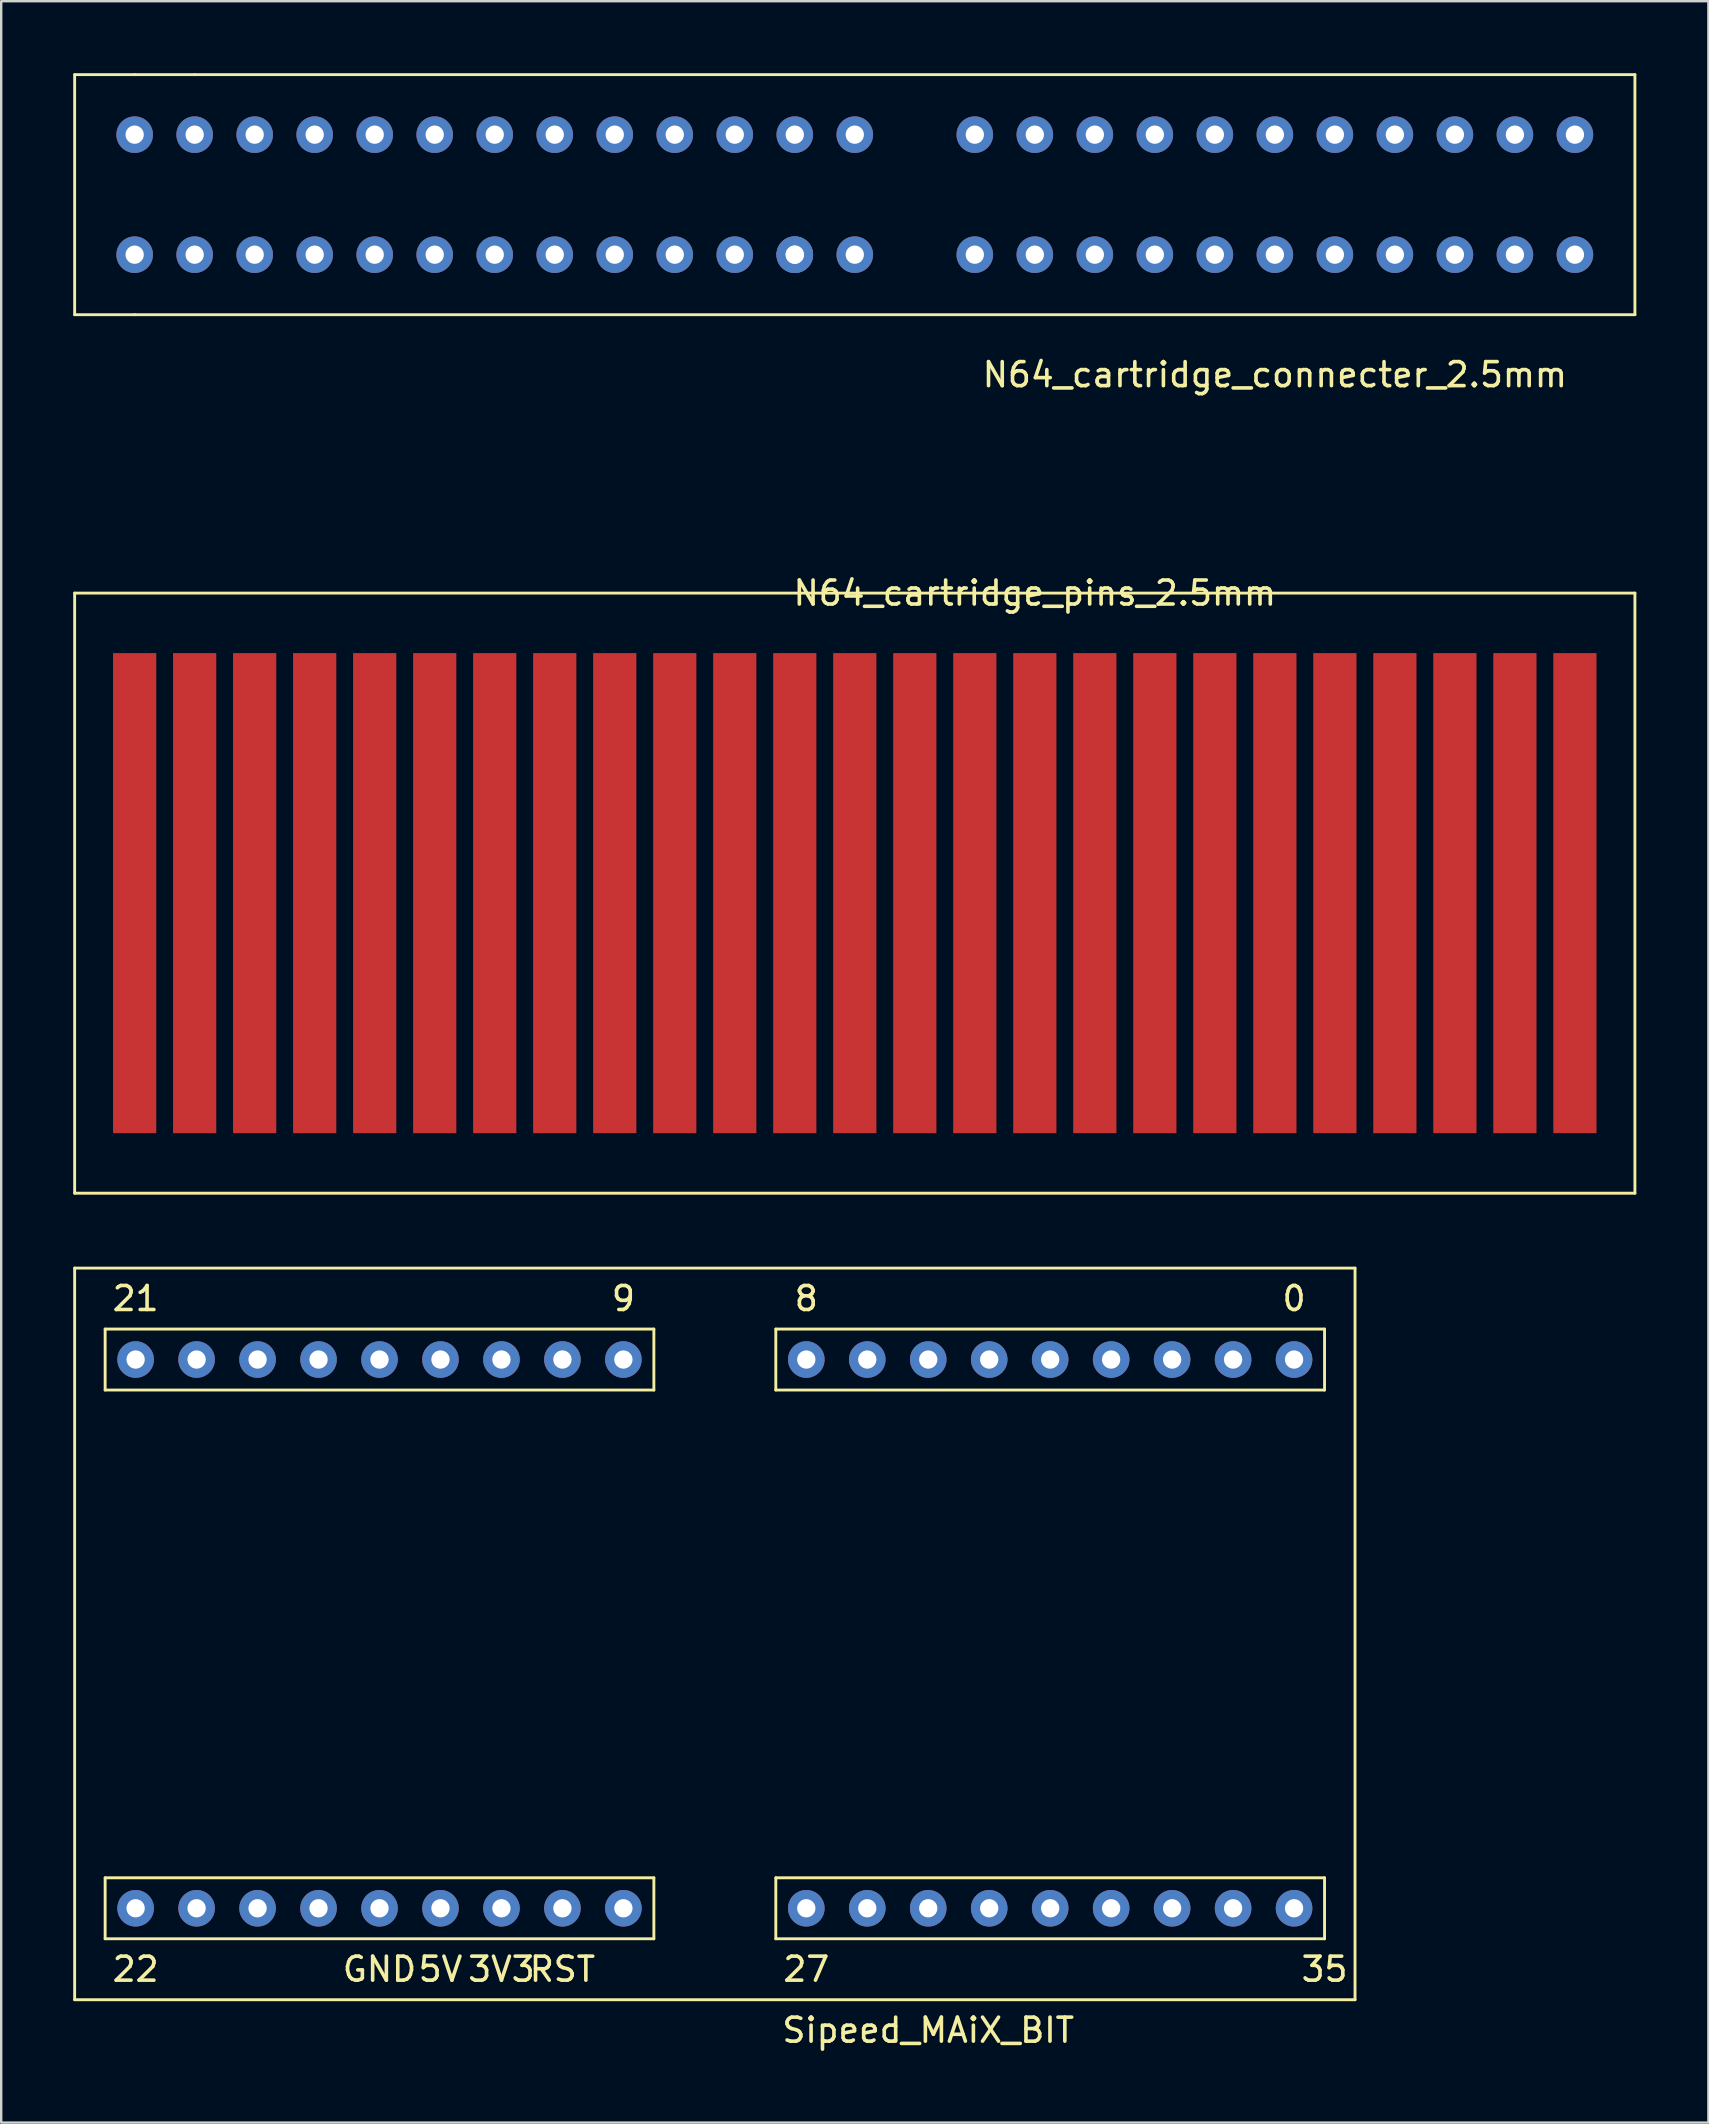
<source format=kicad_pcb>
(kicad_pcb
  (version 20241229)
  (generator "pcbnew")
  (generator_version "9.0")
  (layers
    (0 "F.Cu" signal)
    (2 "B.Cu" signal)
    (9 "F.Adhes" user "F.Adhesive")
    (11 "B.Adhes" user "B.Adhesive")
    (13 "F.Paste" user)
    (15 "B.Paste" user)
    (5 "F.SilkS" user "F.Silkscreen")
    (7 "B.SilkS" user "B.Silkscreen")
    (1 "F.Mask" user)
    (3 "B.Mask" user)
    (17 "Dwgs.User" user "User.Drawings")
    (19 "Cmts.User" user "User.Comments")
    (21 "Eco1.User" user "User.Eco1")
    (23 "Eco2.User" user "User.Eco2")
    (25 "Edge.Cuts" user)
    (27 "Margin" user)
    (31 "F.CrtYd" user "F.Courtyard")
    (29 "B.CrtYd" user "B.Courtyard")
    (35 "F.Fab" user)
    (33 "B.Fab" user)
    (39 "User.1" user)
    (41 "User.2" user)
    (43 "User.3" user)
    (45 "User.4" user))
  (footprint "N64_cartridge_connecter_2.5mm"
    (layer "F.Cu")
    (at 35.06 5.06)
    (property "Reference" "N64_cartridge_connecter_2.5mm" (at 15 7.5 0) (layer "F.SilkS") (effects (font (size 1 1) (thickness 0.15))))
    (attr through_hole)
    (fp_line (start -35 -5) (end -35 5) (stroke (width 0.12) (type solid)) (layer "F.SilkS"))
    (fp_line (start -35 -5) (end -32.5 -5) (stroke (width 0.12) (type solid)) (layer "F.SilkS"))
    (fp_line (start -35 5) (end -32.5 5) (stroke (width 0.12) (type solid)) (layer "F.SilkS"))
    (fp_line (start -32.5 5) (end 30 5) (stroke (width 0.12) (type solid)) (layer "F.SilkS"))
    (fp_line (start -30 -5) (end -32.5 -5) (stroke (width 0.12) (type solid)) (layer "F.SilkS"))
    (fp_line (start 30 -5) (end -30 -5) (stroke (width 0.12) (type solid)) (layer "F.SilkS"))
    (fp_line (start 30 5) (end 30 -5) (stroke (width 0.12) (type solid)) (layer "F.SilkS"))
    (pad "1" thru_hole circle (at -30 2.5) (size 1.524 1.524) (drill 0.762) (layers "*.Cu" "*.Mask"))
    (pad "2" thru_hole circle (at -27.5 2.5) (size 1.524 1.524) (drill 0.762) (layers "*.Cu" "*.Mask"))
    (pad "3" thru_hole circle (at -25 2.5) (size 1.524 1.524) (drill 0.762) (layers "*.Cu" "*.Mask"))
    (pad "4" thru_hole circle (at -22.5 2.5) (size 1.524 1.524) (drill 0.762) (layers "*.Cu" "*.Mask"))
    (pad "5" thru_hole circle (at -20 2.5) (size 1.524 1.524) (drill 0.762) (layers "*.Cu" "*.Mask"))
    (pad "6" thru_hole circle (at -17.5 2.5) (size 1.524 1.524) (drill 0.762) (layers "*.Cu" "*.Mask"))
    (pad "7" thru_hole circle (at -15 2.5) (size 1.524 1.524) (drill 0.762) (layers "*.Cu" "*.Mask"))
    (pad "8" thru_hole circle (at -12.5 2.5) (size 1.524 1.524) (drill 0.762) (layers "*.Cu" "*.Mask"))
    (pad "9" thru_hole circle (at -10 2.5) (size 1.524 1.524) (drill 0.762) (layers "*.Cu" "*.Mask"))
    (pad "10" thru_hole circle (at -7.5 2.5) (size 1.524 1.524) (drill 0.762) (layers "*.Cu" "*.Mask"))
    (pad "11" thru_hole circle (at -5 2.5) (size 1.524 1.524) (drill 0.762) (layers "*.Cu" "*.Mask"))
    (pad "12" thru_hole circle (at -5 2.5) (size 1.524 1.524) (drill 0.762) (layers "*.Cu" "*.Mask"))
    (pad "13" thru_hole circle (at -2.5 2.5) (size 1.524 1.524) (drill 0.762) (layers "*.Cu" "*.Mask"))
    (pad "14" thru_hole circle (at 2.5 2.5) (size 1.524 1.524) (drill 0.762) (layers "*.Cu" "*.Mask"))
    (pad "15" thru_hole circle (at 5 2.5) (size 1.524 1.524) (drill 0.762) (layers "*.Cu" "*.Mask"))
    (pad "16" thru_hole circle (at 7.5 2.5) (size 1.524 1.524) (drill 0.762) (layers "*.Cu" "*.Mask"))
    (pad "17" thru_hole circle (at 10 2.5) (size 1.524 1.524) (drill 0.762) (layers "*.Cu" "*.Mask"))
    (pad "18" thru_hole circle (at 12.5 2.5) (size 1.524 1.524) (drill 0.762) (layers "*.Cu" "*.Mask"))
    (pad "19" thru_hole circle (at 15 2.5) (size 1.524 1.524) (drill 0.762) (layers "*.Cu" "*.Mask"))
    (pad "20" thru_hole circle (at 17.5 2.5) (size 1.524 1.524) (drill 0.762) (layers "*.Cu" "*.Mask"))
    (pad "21" thru_hole circle (at 20 2.5) (size 1.524 1.524) (drill 0.762) (layers "*.Cu" "*.Mask"))
    (pad "22" thru_hole circle (at 22.5 2.5) (size 1.524 1.524) (drill 0.762) (layers "*.Cu" "*.Mask"))
    (pad "23" thru_hole circle (at 25 2.5) (size 1.524 1.524) (drill 0.762) (layers "*.Cu" "*.Mask"))
    (pad "24" thru_hole circle (at 27.5 2.5) (size 1.524 1.524) (drill 0.762) (layers "*.Cu" "*.Mask"))
    (pad "25" thru_hole circle (at 27.5 -2.5) (size 1.524 1.524) (drill 0.762) (layers "*.Cu" "*.Mask"))
    (pad "26" thru_hole circle (at 25 -2.5) (size 1.524 1.524) (drill 0.762) (layers "*.Cu" "*.Mask"))
    (pad "27" thru_hole circle (at 22.5 -2.5) (size 1.524 1.524) (drill 0.762) (layers "*.Cu" "*.Mask"))
    (pad "28" thru_hole circle (at 20 -2.5) (size 1.524 1.524) (drill 0.762) (layers "*.Cu" "*.Mask"))
    (pad "29" thru_hole circle (at 17.5 -2.5) (size 1.524 1.524) (drill 0.762) (layers "*.Cu" "*.Mask"))
    (pad "30" thru_hole circle (at 15 -2.5) (size 1.524 1.524) (drill 0.762) (layers "*.Cu" "*.Mask"))
    (pad "31" thru_hole circle (at 12.5 -2.5) (size 1.524 1.524) (drill 0.762) (layers "*.Cu" "*.Mask"))
    (pad "32" thru_hole circle (at 10 -2.5) (size 1.524 1.524) (drill 0.762) (layers "*.Cu" "*.Mask"))
    (pad "33" thru_hole circle (at 7.5 -2.5) (size 1.524 1.524) (drill 0.762) (layers "*.Cu" "*.Mask"))
    (pad "34" thru_hole circle (at 5 -2.5) (size 1.524 1.524) (drill 0.762) (layers "*.Cu" "*.Mask"))
    (pad "35" thru_hole circle (at 2.5 -2.5) (size 1.524 1.524) (drill 0.762) (layers "*.Cu" "*.Mask"))
    (pad "36" thru_hole circle (at -2.5 -2.5) (size 1.524 1.524) (drill 0.762) (layers "*.Cu" "*.Mask"))
    (pad "37" thru_hole circle (at -5 -2.5) (size 1.524 1.524) (drill 0.762) (layers "*.Cu" "*.Mask"))
    (pad "38" thru_hole circle (at -7.5 -2.5) (size 1.524 1.524) (drill 0.762) (layers "*.Cu" "*.Mask"))
    (pad "39" thru_hole circle (at -10 -2.5) (size 1.524 1.524) (drill 0.762) (layers "*.Cu" "*.Mask"))
    (pad "40" thru_hole circle (at -12.5 -2.5) (size 1.524 1.524) (drill 0.762) (layers "*.Cu" "*.Mask"))
    (pad "41" thru_hole circle (at -15 -2.5) (size 1.524 1.524) (drill 0.762) (layers "*.Cu" "*.Mask"))
    (pad "42" thru_hole circle (at -17.5 -2.5) (size 1.524 1.524) (drill 0.762) (layers "*.Cu" "*.Mask"))
    (pad "43" thru_hole circle (at -20 -2.5) (size 1.524 1.524) (drill 0.762) (layers "*.Cu" "*.Mask"))
    (pad "44" thru_hole circle (at -22.5 -2.5) (size 1.524 1.524) (drill 0.762) (layers "*.Cu" "*.Mask"))
    (pad "45" thru_hole circle (at -25 -2.5) (size 1.524 1.524) (drill 0.762) (layers "*.Cu" "*.Mask"))
    (pad "46" thru_hole circle (at -27.5 -2.5) (size 1.524 1.524) (drill 0.762) (layers "*.Cu" "*.Mask"))
    (pad "47" thru_hole circle (at -30 -2.5) (size 1.524 1.524) (drill 0.762) (layers "*.Cu" "*.Mask"))
    (pad "48" thru_hole circle (at -32.5 2.5) (size 1.524 1.524) (drill 0.762) (layers "*.Cu" "*.Mask"))
    (pad "49" thru_hole circle (at -32.5 -2.5) (size 1.524 1.524) (drill 0.762) (layers "*.Cu" "*.Mask")))
  (footprint "Sipeed_MAiX_BIT"
    (layer "F.Cu")
    (at 21.65 78.988)
    (property "Reference" "Sipeed_MAiX_BIT" (at 13.97 2.54 0) (layer "F.SilkS") (effects (font (size 1 1) (thickness 0.15))))
    (attr through_hole)
    (fp_line (start -21.59 -29.21) (end -21.59 1.27) (stroke (width 0.12) (type solid)) (layer "F.SilkS"))
    (fp_line (start -21.59 1.27) (end 31.75 1.27) (stroke (width 0.12) (type solid)) (layer "F.SilkS"))
    (fp_line (start -20.32 -26.67) (end -20.32 -24.13) (stroke (width 0.12) (type solid)) (layer "F.SilkS"))
    (fp_line (start -20.32 -24.13) (end 2.54 -24.13) (stroke (width 0.12) (type solid)) (layer "F.SilkS"))
    (fp_line (start -20.32 -3.81) (end -20.32 -1.27) (stroke (width 0.12) (type solid)) (layer "F.SilkS"))
    (fp_line (start -20.32 -1.27) (end 2.54 -1.27) (stroke (width 0.12) (type solid)) (layer "F.SilkS"))
    (fp_line (start 2.54 -26.67) (end -20.32 -26.67) (stroke (width 0.12) (type solid)) (layer "F.SilkS"))
    (fp_line (start 2.54 -24.13) (end 2.54 -26.67) (stroke (width 0.12) (type solid)) (layer "F.SilkS"))
    (fp_line (start 2.54 -3.81) (end -20.32 -3.81) (stroke (width 0.12) (type solid)) (layer "F.SilkS"))
    (fp_line (start 2.54 -1.27) (end 2.54 -3.81) (stroke (width 0.12) (type solid)) (layer "F.SilkS"))
    (fp_line (start 7.62 -26.67) (end 7.62 -24.13) (stroke (width 0.12) (type solid)) (layer "F.SilkS"))
    (fp_line (start 7.62 -24.13) (end 30.48 -24.13) (stroke (width 0.12) (type solid)) (layer "F.SilkS"))
    (fp_line (start 7.62 -3.81) (end 7.62 -1.27) (stroke (width 0.12) (type solid)) (layer "F.SilkS"))
    (fp_line (start 7.62 -1.27) (end 30.48 -1.27) (stroke (width 0.12) (type solid)) (layer "F.SilkS"))
    (fp_line (start 30.48 -26.67) (end 7.62 -26.67) (stroke (width 0.12) (type solid)) (layer "F.SilkS"))
    (fp_line (start 30.48 -24.13) (end 30.48 -26.67) (stroke (width 0.12) (type solid)) (layer "F.SilkS"))
    (fp_line (start 30.48 -3.81) (end 7.62 -3.81) (stroke (width 0.12) (type solid)) (layer "F.SilkS"))
    (fp_line (start 30.48 -1.27) (end 30.48 -3.81) (stroke (width 0.12) (type solid)) (layer "F.SilkS"))
    (fp_line (start 31.75 -29.21) (end -21.59 -29.21) (stroke (width 0.12) (type solid)) (layer "F.SilkS"))
    (fp_line (start 31.75 1.27) (end 31.75 -29.21) (stroke (width 0.12) (type solid)) (layer "F.SilkS"))
    (fp_text user "27" (at 8.89 0 0) (layer "F.SilkS") (effects (font (size 1 1) (thickness 0.15))))
    (fp_text user "0" (at 29.21 -27.94 0) (layer "F.SilkS") (effects (font (size 1 1) (thickness 0.15))))
    (fp_text user "22" (at -19.05 0 0) (layer "F.SilkS") (effects (font (size 1 1) (thickness 0.15))))
    (fp_text user "35" (at 30.48 0 0) (layer "F.SilkS") (effects (font (size 1 1) (thickness 0.15))))
    (fp_text user "21" (at -19.05 -27.94 0) (layer "F.SilkS") (effects (font (size 1 1) (thickness 0.15))))
    (fp_text user "GND" (at -8.89 0 0) (layer "F.SilkS") (effects (font (size 1 1) (thickness 0.15))))
    (fp_text user "3V3" (at -3.81 0 0) (layer "F.SilkS") (effects (font (size 1 1) (thickness 0.15))))
    (fp_text user "5V" (at -6.35 0 0) (layer "F.SilkS") (effects (font (size 1 1) (thickness 0.15))))
    (fp_text user "9" (at 1.27 -27.94 0) (layer "F.SilkS") (effects (font (size 1 1) (thickness 0.15))))
    (fp_text user "8" (at 8.89 -27.94 0) (layer "F.SilkS") (effects (font (size 1 1) (thickness 0.15))))
    (fp_text user "RST" (at -1.27 0 0) (layer "F.SilkS") (effects (font (size 1 1) (thickness 0.15))))
    (pad "1" thru_hole circle (at -19.05 -2.54) (size 1.524 1.524) (drill 0.762) (layers "*.Cu" "*.Mask"))
    (pad "2" thru_hole circle (at -16.51 -2.54) (size 1.524 1.524) (drill 0.762) (layers "*.Cu" "*.Mask"))
    (pad "3" thru_hole circle (at -13.97 -2.54) (size 1.524 1.524) (drill 0.762) (layers "*.Cu" "*.Mask"))
    (pad "4" thru_hole circle (at -11.43 -2.54) (size 1.524 1.524) (drill 0.762) (layers "*.Cu" "*.Mask"))
    (pad "5" thru_hole circle (at -8.89 -2.54) (size 1.524 1.524) (drill 0.762) (layers "*.Cu" "*.Mask"))
    (pad "6" thru_hole circle (at -6.35 -2.54) (size 1.524 1.524) (drill 0.762) (layers "*.Cu" "*.Mask"))
    (pad "7" thru_hole circle (at -3.81 -2.54) (size 1.524 1.524) (drill 0.762) (layers "*.Cu" "*.Mask"))
    (pad "8" thru_hole circle (at -1.27 -2.54) (size 1.524 1.524) (drill 0.762) (layers "*.Cu" "*.Mask"))
    (pad "9" thru_hole circle (at 1.27 -2.54) (size 1.524 1.524) (drill 0.762) (layers "*.Cu" "*.Mask"))
    (pad "10" thru_hole circle (at 8.89 -2.54) (size 1.524 1.524) (drill 0.762) (layers "*.Cu" "*.Mask"))
    (pad "11" thru_hole circle (at 13.97 -2.54) (size 1.524 1.524) (drill 0.762) (layers "*.Cu" "*.Mask"))
    (pad "12" thru_hole circle (at 11.43 -2.54) (size 1.524 1.524) (drill 0.762) (layers "*.Cu" "*.Mask"))
    (pad "13" thru_hole circle (at 16.51 -2.54) (size 1.524 1.524) (drill 0.762) (layers "*.Cu" "*.Mask"))
    (pad "14" thru_hole circle (at 19.05 -2.54) (size 1.524 1.524) (drill 0.762) (layers "*.Cu" "*.Mask"))
    (pad "15" thru_hole circle (at 21.59 -2.54) (size 1.524 1.524) (drill 0.762) (layers "*.Cu" "*.Mask"))
    (pad "16" thru_hole circle (at 24.13 -2.54) (size 1.524 1.524) (drill 0.762) (layers "*.Cu" "*.Mask"))
    (pad "17" thru_hole circle (at 26.67 -2.54) (size 1.524 1.524) (drill 0.762) (layers "*.Cu" "*.Mask"))
    (pad "18" thru_hole circle (at 29.21 -2.54) (size 1.524 1.524) (drill 0.762) (layers "*.Cu" "*.Mask"))
    (pad "19" thru_hole circle (at -19.05 -25.4) (size 1.524 1.524) (drill 0.762) (layers "*.Cu" "*.Mask"))
    (pad "20" thru_hole circle (at -16.51 -25.4) (size 1.524 1.524) (drill 0.762) (layers "*.Cu" "*.Mask"))
    (pad "21" thru_hole circle (at -13.97 -25.4) (size 1.524 1.524) (drill 0.762) (layers "*.Cu" "*.Mask"))
    (pad "22" thru_hole circle (at -11.43 -25.4) (size 1.524 1.524) (drill 0.762) (layers "*.Cu" "*.Mask"))
    (pad "23" thru_hole circle (at -8.89 -25.4) (size 1.524 1.524) (drill 0.762) (layers "*.Cu" "*.Mask"))
    (pad "24" thru_hole circle (at -6.35 -25.4) (size 1.524 1.524) (drill 0.762) (layers "*.Cu" "*.Mask"))
    (pad "25" thru_hole circle (at -3.81 -25.4) (size 1.524 1.524) (drill 0.762) (layers "*.Cu" "*.Mask"))
    (pad "26" thru_hole circle (at -1.27 -25.4) (size 1.524 1.524) (drill 0.762) (layers "*.Cu" "*.Mask"))
    (pad "27" thru_hole circle (at 1.27 -25.4) (size 1.524 1.524) (drill 0.762) (layers "*.Cu" "*.Mask"))
    (pad "28" thru_hole circle (at 8.89 -25.4) (size 1.524 1.524) (drill 0.762) (layers "*.Cu" "*.Mask"))
    (pad "29" thru_hole circle (at 11.43 -25.4) (size 1.524 1.524) (drill 0.762) (layers "*.Cu" "*.Mask"))
    (pad "30" thru_hole circle (at 13.97 -25.4) (size 1.524 1.524) (drill 0.762) (layers "*.Cu" "*.Mask"))
    (pad "31" thru_hole circle (at 16.51 -25.4) (size 1.524 1.524) (drill 0.762) (layers "*.Cu" "*.Mask"))
    (pad "32" thru_hole circle (at 19.05 -25.4) (size 1.524 1.524) (drill 0.762) (layers "*.Cu" "*.Mask"))
    (pad "33" thru_hole circle (at 21.59 -25.4) (size 1.524 1.524) (drill 0.762) (layers "*.Cu" "*.Mask"))
    (pad "34" thru_hole circle (at 24.13 -25.4) (size 1.524 1.524) (drill 0.762) (layers "*.Cu" "*.Mask"))
    (pad "35" thru_hole circle (at 26.67 -25.4) (size 1.524 1.524) (drill 0.762) (layers "*.Cu" "*.Mask"))
    (pad "36" thru_hole circle (at 29.21 -25.4) (size 1.524 1.524) (drill 0.762) (layers "*.Cu" "*.Mask")))
  (footprint "N64_cartridge_pins_2.5mm"
    (layer "F.Cu")
    (at 27.56 16.658)
    (property "Reference" "N64_cartridge_pins_2.5mm" (at 12.5 5 0) (layer "F.SilkS") (effects (font (size 1 1) (thickness 0.15))))
    (attr through_hole)
    (fp_line (start -27.5 5) (end -27.5 30) (stroke (width 0.12) (type solid)) (layer "F.SilkS"))
    (fp_line (start -27.5 30) (end 37.5 30) (stroke (width 0.12) (type solid)) (layer "F.SilkS"))
    (fp_line (start 37.5 5) (end -27.5 5) (stroke (width 0.12) (type solid)) (layer "F.SilkS"))
    (fp_line (start 37.5 30) (end 37.5 5) (stroke (width 0.12) (type solid)) (layer "F.SilkS"))
    (pad "1" smd rect (at -25 17.5) (size 1.8 20) (layers "F.Cu" "F.Mask" "F.Paste"))
    (pad "2" smd rect (at -22.5 17.5) (size 1.8 20) (layers "F.Cu" "F.Mask" "F.Paste"))
    (pad "3" smd rect (at -20 17.5) (size 1.8 20) (layers "F.Cu" "F.Mask" "F.Paste"))
    (pad "4" smd rect (at -17.5 17.5) (size 1.8 20) (layers "F.Cu" "F.Mask" "F.Paste"))
    (pad "5" smd rect (at -15 17.5) (size 1.8 20) (layers "F.Cu" "F.Mask" "F.Paste"))
    (pad "6" smd rect (at -12.5 17.5) (size 1.8 20) (layers "F.Cu" "F.Mask" "F.Paste"))
    (pad "7" smd rect (at -10 17.5) (size 1.8 20) (layers "F.Cu" "F.Mask" "F.Paste"))
    (pad "8" smd rect (at -7.5 17.5) (size 1.8 20) (layers "F.Cu" "F.Mask" "F.Paste"))
    (pad "9" smd rect (at -5 17.5) (size 1.8 20) (layers "F.Cu" "F.Mask" "F.Paste"))
    (pad "10" smd rect (at -2.5 17.5) (size 1.8 20) (layers "F.Cu" "F.Mask" "F.Paste"))
    (pad "11" smd rect (at 0 17.5) (size 1.8 20) (layers "F.Cu" "F.Mask" "F.Paste"))
    (pad "12" smd rect (at 2.5 17.5) (size 1.8 20) (layers "F.Cu" "F.Mask" "F.Paste"))
    (pad "13" smd rect (at 5 17.5) (size 1.8 20) (layers "F.Cu" "F.Mask" "F.Paste"))
    (pad "14" smd rect (at 7.5 17.5) (size 1.8 20) (layers "F.Cu" "F.Mask" "F.Paste"))
    (pad "15" smd rect (at 10 17.5) (size 1.8 20) (layers "F.Cu" "F.Mask" "F.Paste"))
    (pad "16" smd rect (at 12.5 17.5) (size 1.8 20) (layers "F.Cu" "F.Mask" "F.Paste"))
    (pad "17" smd rect (at 15 17.5) (size 1.8 20) (layers "F.Cu" "F.Mask" "F.Paste"))
    (pad "18" smd rect (at 17.5 17.5) (size 1.8 20) (layers "F.Cu" "F.Mask" "F.Paste"))
    (pad "19" smd rect (at 20 17.5) (size 1.8 20) (layers "F.Cu" "F.Mask" "F.Paste"))
    (pad "20" smd rect (at 22.5 17.5) (size 1.8 20) (layers "F.Cu" "F.Mask" "F.Paste"))
    (pad "21" smd rect (at 25 17.5) (size 1.8 20) (layers "F.Cu" "F.Mask" "F.Paste"))
    (pad "22" smd rect (at 27.5 17.5) (size 1.8 20) (layers "F.Cu" "F.Mask" "F.Paste"))
    (pad "23" smd rect (at 30 17.5) (size 1.8 20) (layers "F.Cu" "F.Mask" "F.Paste"))
    (pad "24" smd rect (at 32.5 17.5) (size 1.8 20) (layers "F.Cu" "F.Mask" "F.Paste"))
    (pad "25" smd rect (at 35 17.5) (size 1.8 20) (layers "F.Cu" "F.Mask" "F.Paste")))
  (gr_rect
    (start -3 -3)
    (end 68.12 85.376)
    (stroke (width 0.1) (type default))
    (fill no)
    (layer "Edge.Cuts")))
</source>
